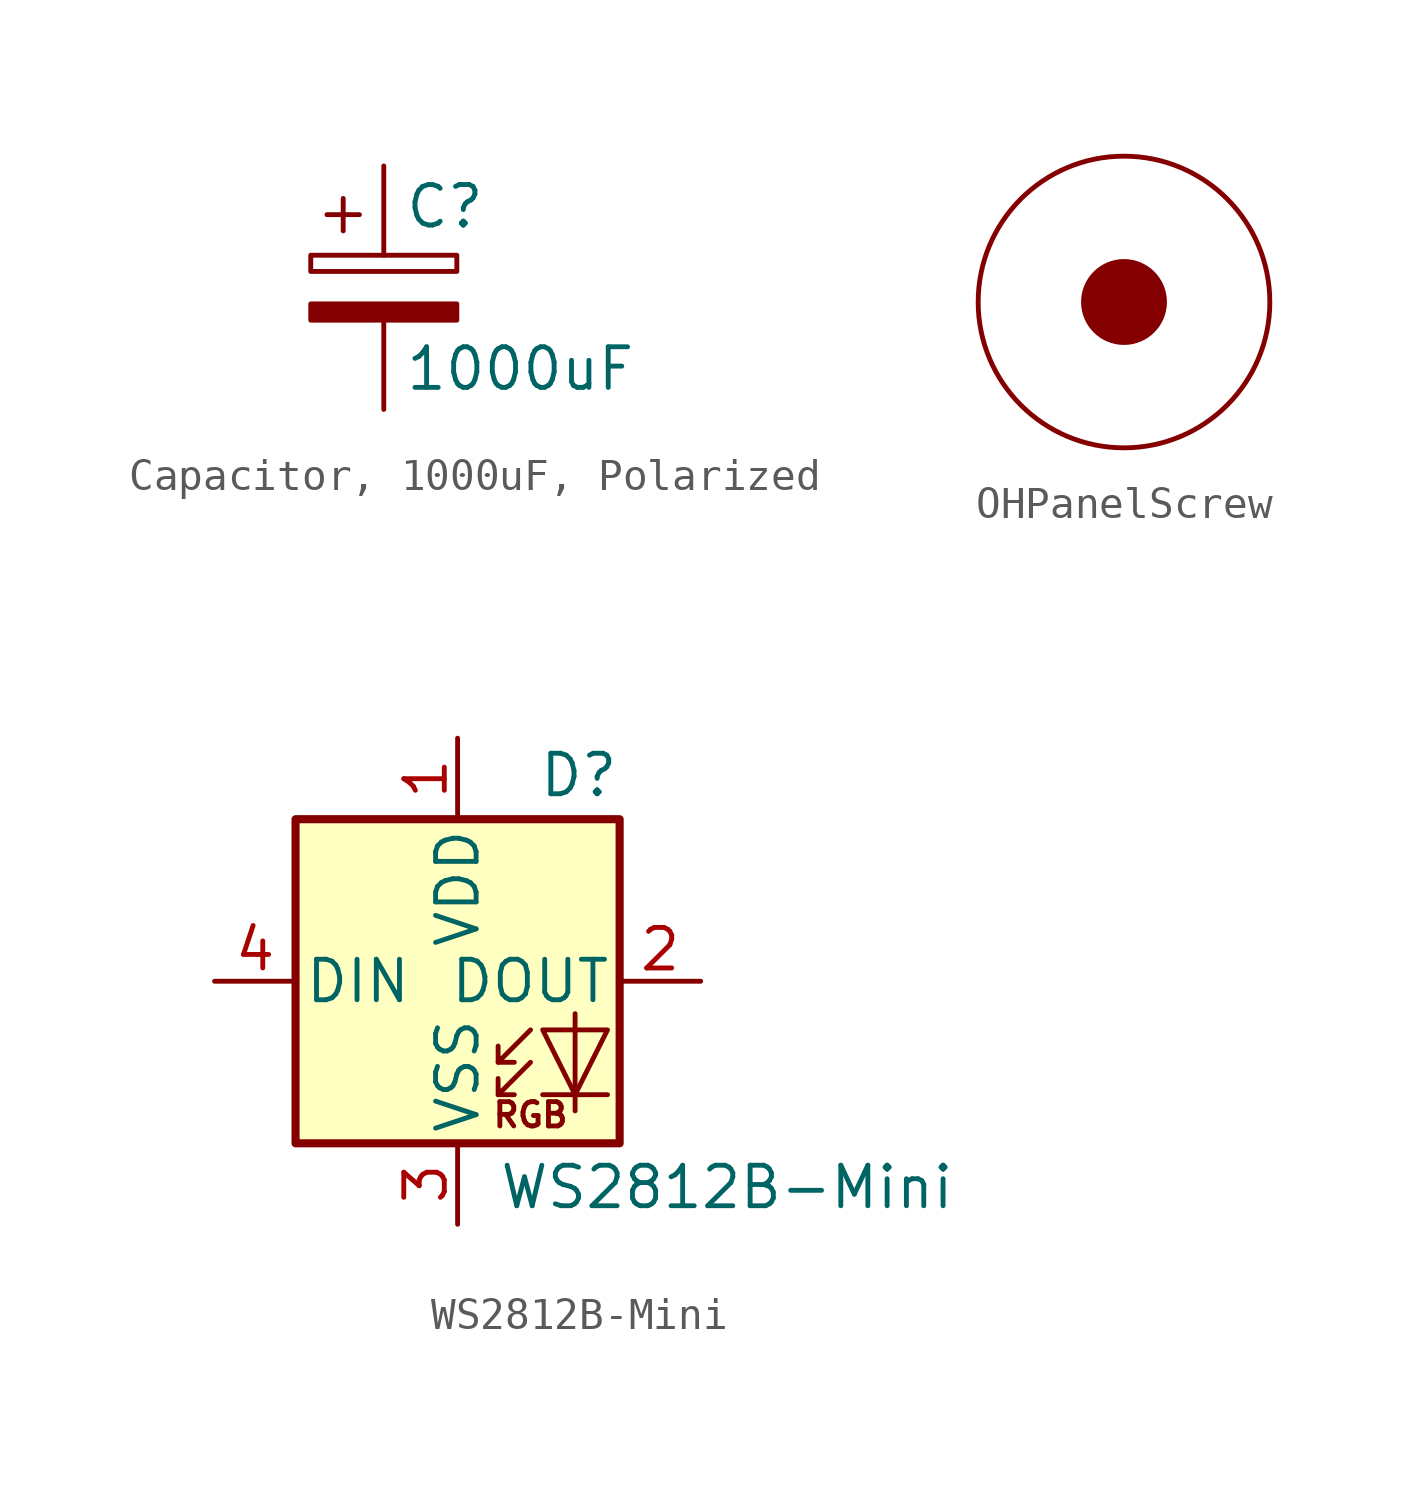
<source format=kicad_sym>
(kicad_symbol_lib
  (version 20220914)
  (generator kicad_symbol_editor)
  (symbol "Capacitor, 1000uF, Polarized"
    (pin_numbers hide)
    (pin_names
      (offset 0.254))
    (property "Reference" "C"
      (at 0.635 2.54 0)
      (effects (font (size 1.27 1.27)) (justify left)))
    (property "Value" "1000uF"
      (at 0.635 -2.54 0)
      (effects (font (size 1.27 1.27)) (justify left)))
    (symbol "Capacitor, 1000uF, Polarized_0_1"
      (rectangle (start -2.286 0.508) (end 2.286 1.016) (stroke (width 0) (type default)) (fill (type none)))
      (polyline (pts (xy -1.778 2.286) (xy -0.762 2.286)) (stroke (width 0) (type default)) (fill (type none)))
      (polyline (pts (xy -1.27 2.794) (xy -1.27 1.778)) (stroke (width 0) (type default)) (fill (type none)))
      (rectangle (start 2.286 -0.508) (end -2.286 -1.016) (stroke (width 0) (type default)) (fill (type outline))))
    (symbol "Capacitor, 1000uF, Polarized_1_1"
      (pin passive line (at 0 3.81 270) (length 2.794) (name "~" (effects (font (size 1.27 1.27)))) (number "1" (effects (font (size 1.27 1.27)))))
      (pin passive line (at 0 -3.81 90) (length 2.794) (name "~" (effects (font (size 1.27 1.27)))) (number "2" (effects (font (size 1.27 1.27)))))))
  (symbol "OHPanelScrew"
    (pin_numbers hide)
    (pin_names
      (offset 0) hide)
    (property "Reference" "H"
      (at 0 6.35 0)
      (effects (font (size 1.27 1.27)) hide))
    (symbol "OHPanelScrew_0_0"
      (circle (center 0 0) (radius 1.27) (stroke (width 0) (type default)) (fill (type outline)))
      (circle (center 0 0) (radius 4.572) (stroke (width 0) (type default)) (fill (type none)))))
  (symbol "WS2812B-Mini"
    (pin_names
      (offset 0.254))
    (property "Reference" "D"
      (at 5.08 5.715 0)
      (effects (font (size 1.27 1.27)) (justify right bottom)))
    (property "Value" "WS2812B-Mini"
      (at 1.27 -5.715 0)
      (effects (font (size 1.27 1.27)) (justify left top)))
    (symbol "WS2812B-Mini_0_0"
      (text "RGB" (at 2.286 -4.191 0) (effects (font (size 0.762 0.762)))))
    (symbol "WS2812B-Mini_0_1"
      (polyline (pts (xy 1.27 -3.556) (xy 1.778 -3.556)) (stroke (width 0) (type default)) (fill (type none)))
      (polyline (pts (xy 1.27 -2.54) (xy 1.778 -2.54)) (stroke (width 0) (type default)) (fill (type none)))
      (polyline (pts (xy 4.699 -3.556) (xy 2.667 -3.556)) (stroke (width 0) (type default)) (fill (type none)))
      (polyline (pts (xy 2.286 -2.54) (xy 1.27 -3.556) (xy 1.27 -3.048)) (stroke (width 0) (type default)) (fill (type none)))
      (polyline (pts (xy 2.286 -1.524) (xy 1.27 -2.54) (xy 1.27 -2.032)) (stroke (width 0) (type default)) (fill (type none)))
      (polyline (pts (xy 3.683 -1.016) (xy 3.683 -3.556) (xy 3.683 -4.064)) (stroke (width 0) (type default)) (fill (type none)))
      (polyline (pts (xy 4.699 -1.524) (xy 2.667 -1.524) (xy 3.683 -3.556) (xy 4.699 -1.524)) (stroke (width 0) (type default)) (fill (type none)))
      (rectangle (start 5.08 5.08) (end -5.08 -5.08) (stroke (width 0.254) (type default)) (fill (type background))))
    (symbol "WS2812B-Mini_1_1"
      (pin power_in line (at 0 7.62 270) (length 2.54) (name "VDD" (effects (font (size 1.27 1.27)))) (number "1" (effects (font (size 1.27 1.27)))))
      (pin output line (at 7.62 0 180) (length 2.54) (name "DOUT" (effects (font (size 1.27 1.27)))) (number "2" (effects (font (size 1.27 1.27)))))
      (pin power_in line (at 0 -7.62 90) (length 2.54) (name "VSS" (effects (font (size 1.27 1.27)))) (number "3" (effects (font (size 1.27 1.27)))))
      (pin input line (at -7.62 0 0) (length 2.54) (name "DIN" (effects (font (size 1.27 1.27)))) (number "4" (effects (font (size 1.27 1.27))))))))
</source>
